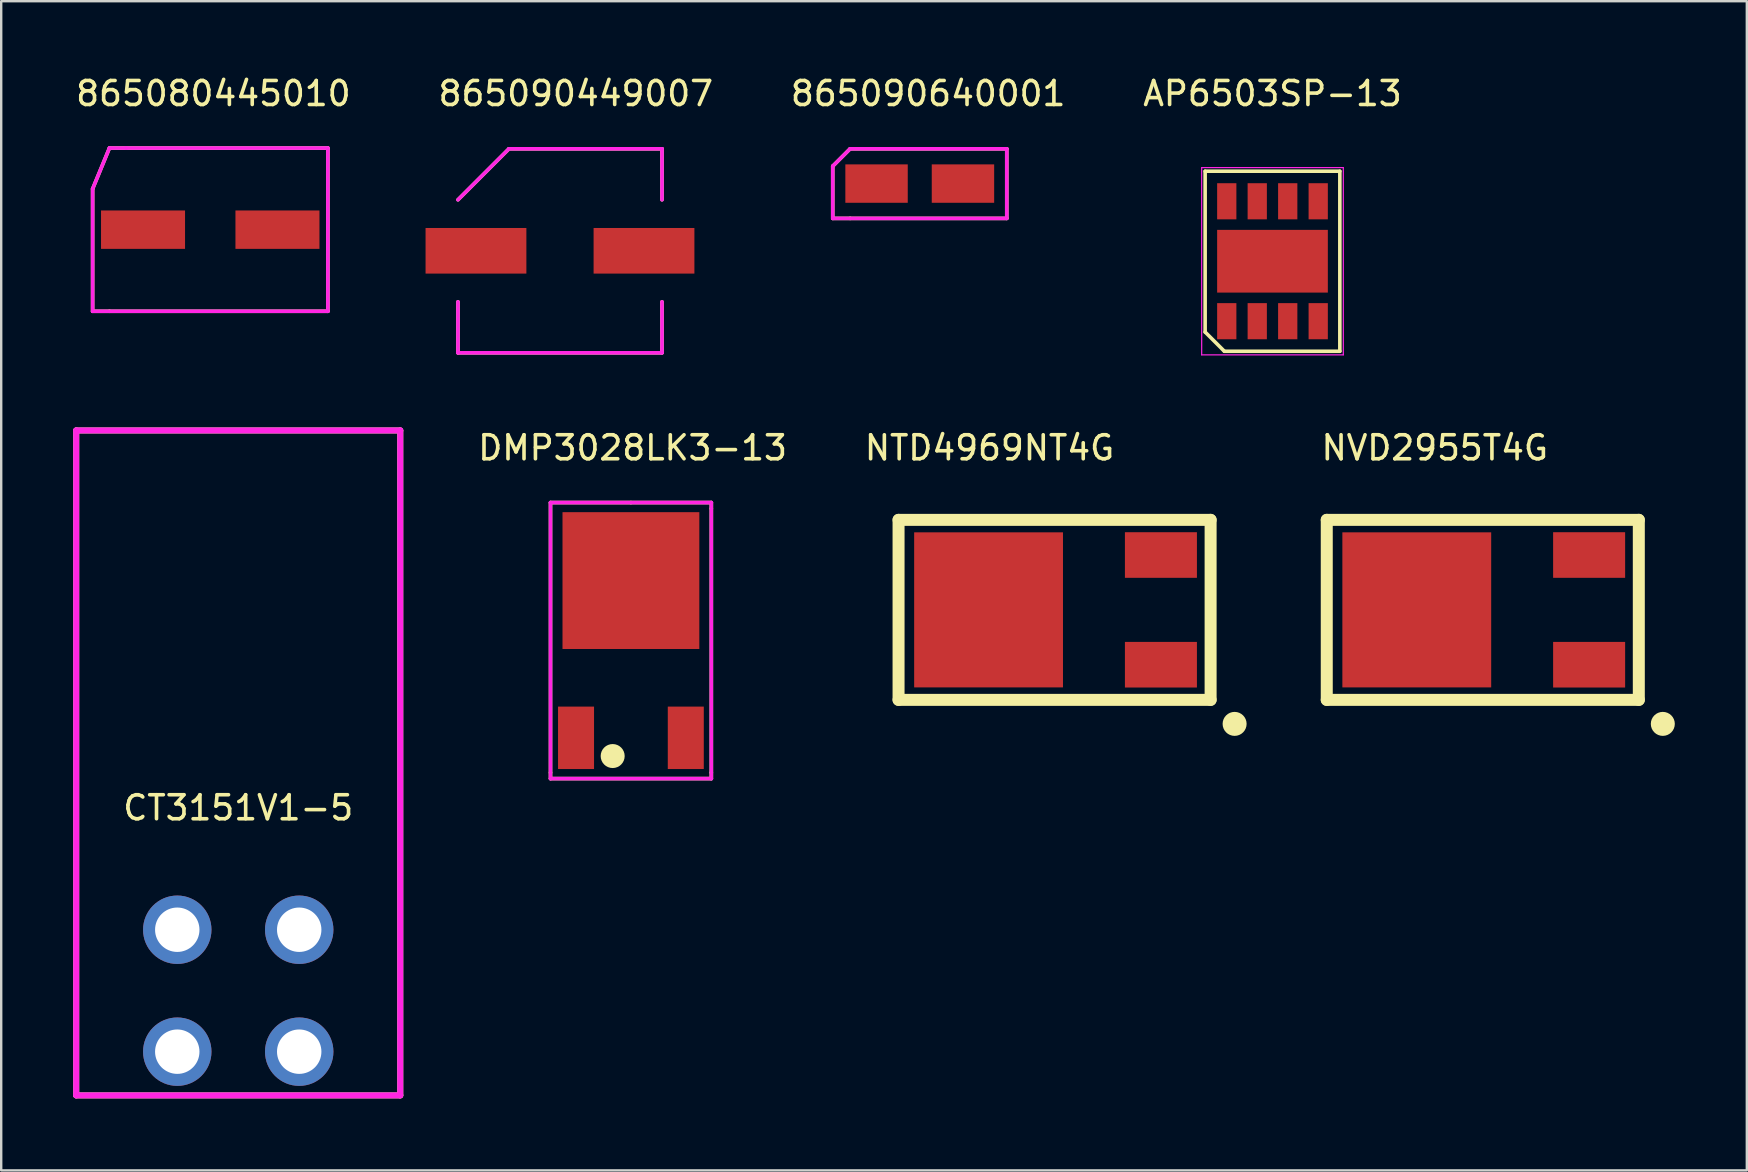
<source format=kicad_pcb>
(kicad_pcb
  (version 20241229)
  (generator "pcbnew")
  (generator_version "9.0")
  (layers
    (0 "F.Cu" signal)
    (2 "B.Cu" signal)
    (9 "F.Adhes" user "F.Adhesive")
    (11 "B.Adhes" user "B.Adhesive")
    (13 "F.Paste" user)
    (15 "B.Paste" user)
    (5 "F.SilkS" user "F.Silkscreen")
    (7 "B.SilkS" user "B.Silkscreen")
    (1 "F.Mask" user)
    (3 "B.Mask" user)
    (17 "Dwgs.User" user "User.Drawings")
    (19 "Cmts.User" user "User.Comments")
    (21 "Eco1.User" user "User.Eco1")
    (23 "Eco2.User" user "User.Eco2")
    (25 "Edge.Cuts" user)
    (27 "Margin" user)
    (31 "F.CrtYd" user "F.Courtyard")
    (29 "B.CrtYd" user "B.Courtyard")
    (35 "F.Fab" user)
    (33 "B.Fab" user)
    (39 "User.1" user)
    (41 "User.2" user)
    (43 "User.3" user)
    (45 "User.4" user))
  (footprint "NVD2955T4G"
    (layer "F.Cu")
    (at 55.973 22.357)
    (property "Reference" "NVD2955T4G" (at 0.75 -6.75 0) (layer "F.SilkS") (effects (font (size 1 1) (thickness 0.15))))
    (attr through_hole)
    (fp_line (start -3.75 -3.75) (end -3.75 3.75) (stroke (width 0.5) (type solid)) (layer "F.SilkS"))
    (fp_line (start -3.75 3.75) (end 9.25 3.75) (stroke (width 0.5) (type solid)) (layer "F.SilkS"))
    (fp_line (start 9.25 -3.75) (end -3.75 -3.75) (stroke (width 0.5) (type solid)) (layer "F.SilkS"))
    (fp_line (start 9.25 3.75) (end 9.25 -3.75) (stroke (width 0.5) (type solid)) (layer "F.SilkS"))
    (fp_circle (center 10.25 4.75) (end 10.5 4.75) (stroke (width 0.5) (type solid)) (fill no) (layer "F.SilkS"))
    (pad "1" smd rect (at 7.18 2.285) (size 3 1.9) (layers "F.Cu" "F.Mask" "F.Paste"))
    (pad "2" smd rect (at 0 0) (size 6.2 6.46) (layers "F.Cu" "F.Mask" "F.Paste"))
    (pad "3" smd rect (at 7.18 -2.285) (size 3 1.9) (layers "F.Cu" "F.Mask" "F.Paste")))
  (footprint "CT3151V1-5"
    (layer "F.Cu")
    (at 6.875 38.223)
    (property "Reference" "CT3151V1-5" (at 0 -7.62 0) (layer "F.SilkS") (effects (font (size 1 1) (thickness 0.15))))
    (attr through_hole)
    (fp_line (start -6.75 -23.34) (end 6.75 -23.34) (stroke (width 0.25) (type solid)) (layer "F.SilkS"))
    (fp_line (start -6.75 4.36) (end -6.75 -23.34) (stroke (width 0.25) (type solid)) (layer "F.SilkS"))
    (fp_line (start -6.75 4.36) (end 6.75 4.36) (stroke (width 0.25) (type solid)) (layer "F.SilkS"))
    (fp_line (start 6.75 -23.34) (end 6.75 4.36) (stroke (width 0.25) (type solid)) (layer "F.SilkS"))
    (fp_line (start -6.75 -23.34) (end 6.75 -23.34) (stroke (width 0.25) (type solid)) (layer "F.CrtYd"))
    (fp_line (start -6.75 4.36) (end -6.75 -23.34) (stroke (width 0.25) (type solid)) (layer "F.CrtYd"))
    (fp_line (start 6.75 -23.34) (end 6.75 4.36) (stroke (width 0.25) (type solid)) (layer "F.CrtYd"))
    (fp_line (start 6.75 4.36) (end -6.75 4.36) (stroke (width 0.25) (type solid)) (layer "F.CrtYd"))
    (pad "1" thru_hole circle (at -2.54 -2.54) (size 2.85 2.85) (drill 1.85) (layers "*.Cu" "*.Mask"))
    (pad "2" thru_hole circle (at -2.54 2.54) (size 2.85 2.85) (drill 1.85) (layers "*.Cu" "*.Mask"))
    (pad "3" thru_hole circle (at 2.54 2.54) (size 2.85 2.85) (drill 1.85) (layers "*.Cu" "*.Mask"))
    (pad "4" thru_hole circle (at 2.54 -2.54) (size 2.85 2.85) (drill 1.85) (layers "*.Cu" "*.Mask")))
  (footprint "DMP3028LK3-13"
    (layer "F.Cu")
    (at 23.234 21.137)
    (property "Reference" "DMP3028LK3-13" (at 0.07 -5.53 0) (layer "F.SilkS") (effects (font (size 1 1) (thickness 0.15))))
    (attr through_hole)
    (fp_line (start -3.35 -3.25) (end -3.35 8) (stroke (width 0.15) (type solid)) (layer "F.SilkS"))
    (fp_line (start -3.35 8.25) (end -3.35 8) (stroke (width 0.15) (type solid)) (layer "F.SilkS"))
    (fp_line (start -3.35 8.25) (end 3.35 8.25) (stroke (width 0.15) (type solid)) (layer "F.SilkS"))
    (fp_line (start 0 -3.25) (end -3.35 -3.25) (stroke (width 0.15) (type solid)) (layer "F.SilkS"))
    (fp_line (start 3.35 -3.25) (end 0 -3.25) (stroke (width 0.15) (type solid)) (layer "F.SilkS"))
    (fp_line (start 3.35 -3.25) (end 3.35 -3) (stroke (width 0.15) (type solid)) (layer "F.SilkS"))
    (fp_line (start 3.35 -3) (end 3.35 8) (stroke (width 0.15) (type solid)) (layer "F.SilkS"))
    (fp_line (start 3.35 8.25) (end 3.35 8) (stroke (width 0.15) (type solid)) (layer "F.SilkS"))
    (fp_circle (center -0.76 7.31) (end -0.51 7.31) (stroke (width 0.5) (type solid)) (fill no) (layer "F.SilkS"))
    (fp_line (start -3.35 -3.25) (end -3.35 8.25) (stroke (width 0.15) (type solid)) (layer "F.CrtYd"))
    (fp_line (start -3.35 8.25) (end 3.35 8.25) (stroke (width 0.15) (type solid)) (layer "F.CrtYd"))
    (fp_line (start 3.35 -3.25) (end -3.35 -3.25) (stroke (width 0.15) (type solid)) (layer "F.CrtYd"))
    (fp_line (start 3.35 8.25) (end 3.35 -3.25) (stroke (width 0.15) (type solid)) (layer "F.CrtYd"))
    (pad "1" smd rect (at -2.286 6.55) (size 1.5 2.6) (layers "F.Cu" "F.Mask" "F.Paste"))
    (pad "2" smd rect (at 0 0) (size 5.7 5.7) (layers "F.Cu" "F.Mask" "F.Paste"))
    (pad "3" smd rect (at 2.286 6.55) (size 1.5 2.6) (layers "F.Cu" "F.Mask" "F.Paste")))
  (footprint "865090640001"
    (layer "F.Cu")
    (at 35.267 4.598)
    (property "Reference" "865090640001" (at 0.35 -3.75 0) (layer "F.SilkS") (effects (font (size 1 1) (thickness 0.15))))
    (attr through_hole)
    (fp_line (start -3.625 -0.725) (end -3.625 1.45) (stroke (width 0.15) (type solid)) (layer "F.SilkS"))
    (fp_line (start -3.625 1.45) (end -2.9 1.45) (stroke (width 0.15) (type solid)) (layer "F.SilkS"))
    (fp_line (start -2.9 -1.45) (end -3.625 -0.725) (stroke (width 0.15) (type solid)) (layer "F.SilkS"))
    (fp_line (start 3.625 -1.45) (end -2.9 -1.45) (stroke (width 0.15) (type solid)) (layer "F.SilkS"))
    (fp_line (start 3.625 -1.45) (end 3.625 1.45) (stroke (width 0.15) (type solid)) (layer "F.SilkS"))
    (fp_line (start 3.625 1.45) (end -2.9 1.45) (stroke (width 0.15) (type solid)) (layer "F.SilkS"))
    (fp_line (start -3.625 -0.725) (end -3.625 1.45) (stroke (width 0.15) (type solid)) (layer "F.CrtYd"))
    (fp_line (start -3.625 1.45) (end 3.625 1.45) (stroke (width 0.15) (type solid)) (layer "F.CrtYd"))
    (fp_line (start -2.9 -1.45) (end -3.625 -0.725) (stroke (width 0.15) (type solid)) (layer "F.CrtYd"))
    (fp_line (start 3.625 -1.45) (end -2.9 -1.45) (stroke (width 0.15) (type solid)) (layer "F.CrtYd"))
    (fp_line (start 3.625 1.45) (end 3.625 -1.45) (stroke (width 0.15) (type solid)) (layer "F.CrtYd"))
    (pad "1" smd rect (at -1.8 0) (size 2.6 1.6) (layers "F.Cu" "F.Mask" "F.Paste"))
    (pad "2" smd rect (at 1.8 0) (size 2.6 1.6) (layers "F.Cu" "F.Mask" "F.Paste")))
  (footprint "NTD4969NT4G"
    (layer "F.Cu")
    (at 38.134 22.357)
    (property "Reference" "NTD4969NT4G" (at 0.039 -6.75 0) (layer "F.SilkS") (effects (font (size 1 1) (thickness 0.15))))
    (attr through_hole)
    (fp_line (start -3.75 -3.75) (end -3.75 3.75) (stroke (width 0.5) (type solid)) (layer "F.SilkS"))
    (fp_line (start -3.75 3.75) (end 9.25 3.75) (stroke (width 0.5) (type solid)) (layer "F.SilkS"))
    (fp_line (start 9.25 -3.75) (end -3.75 -3.75) (stroke (width 0.5) (type solid)) (layer "F.SilkS"))
    (fp_line (start 9.25 3.75) (end 9.25 -3.75) (stroke (width 0.5) (type solid)) (layer "F.SilkS"))
    (fp_circle (center 10.25 4.75) (end 10.5 4.75) (stroke (width 0.5) (type solid)) (fill no) (layer "F.SilkS"))
    (pad "1" smd rect (at 7.18 2.285) (size 3 1.9) (layers "F.Cu" "F.Mask" "F.Paste"))
    (pad "2" smd rect (at 0 0) (size 6.2 6.46) (layers "F.Cu" "F.Mask" "F.Paste"))
    (pad "3" smd rect (at 7.18 -2.285) (size 3 1.9) (layers "F.Cu" "F.Mask" "F.Paste")))
  (footprint "AP6503SP-13"
    (layer "F.Cu")
    (at 49.962 7.833)
    (property "Reference" "AP6503SP-13" (at 0 -6.985 180) (layer "F.SilkS") (effects (font (size 1 1) (thickness 0.15))))
    (attr smd)
    (fp_line (start -2.806 -3.75) (end 2.806 -3.75) (stroke (width 0.15) (type solid)) (layer "F.SilkS"))
    (fp_line (start -2.806 2.95) (end -2.806 -3.75) (stroke (width 0.15) (type solid)) (layer "F.SilkS"))
    (fp_line (start -2.006 3.75) (end -2.806 2.95) (stroke (width 0.15) (type solid)) (layer "F.SilkS"))
    (fp_line (start 2.806 -3.75) (end 2.806 3.75) (stroke (width 0.15) (type solid)) (layer "F.SilkS"))
    (fp_line (start 2.806 3.75) (end -2.006 3.75) (stroke (width 0.15) (type solid)) (layer "F.SilkS"))
    (fp_line (start -2.95 -3.9) (end 2.95 -3.9) (stroke (width 0.05) (type solid)) (layer "F.CrtYd"))
    (fp_line (start -2.95 3.9) (end -2.95 -3.9) (stroke (width 0.05) (type solid)) (layer "F.CrtYd"))
    (fp_line (start 2.95 -3.9) (end 2.95 3.9) (stroke (width 0.05) (type solid)) (layer "F.CrtYd"))
    (fp_line (start 2.95 3.9) (end -2.95 3.9) (stroke (width 0.05) (type solid)) (layer "F.CrtYd"))
    (pad "1" smd rect (at -1.905 2.498) (size 0.802 1.505) (layers "F.Cu" "F.Mask" "F.Paste"))
    (pad "2" smd rect (at -0.635 2.498) (size 0.802 1.505) (layers "F.Cu" "F.Mask" "F.Paste"))
    (pad "3" smd rect (at 0.635 2.498) (size 0.802 1.505) (layers "F.Cu" "F.Mask" "F.Paste"))
    (pad "4" smd rect (at 1.905 2.498) (size 0.802 1.505) (layers "F.Cu" "F.Mask" "F.Paste"))
    (pad "5" smd rect (at 1.905 -2.498) (size 0.802 1.505) (layers "F.Cu" "F.Mask" "F.Paste"))
    (pad "6" smd rect (at 0.635 -2.498) (size 0.802 1.505) (layers "F.Cu" "F.Mask" "F.Paste"))
    (pad "7" smd rect (at -0.635 -2.498) (size 0.802 1.505) (layers "F.Cu" "F.Mask" "F.Paste"))
    (pad "8" smd rect (at -1.905 -2.498) (size 0.802 1.505) (layers "F.Cu" "F.Mask" "F.Paste"))
    (pad "9" smd rect (at 0 0) (size 4.612 2.613) (layers "F.Cu" "F.Mask" "F.Paste")))
  (footprint "865090449007"
    (layer "F.Cu")
    (at 20.279 7.398)
    (property "Reference" "865090449007" (at 0.66 -6.55 0) (layer "F.SilkS") (effects (font (size 1 1) (thickness 0.15))))
    (attr through_hole)
    (fp_line (start -4.25 -2.125) (end -2.125 -4.25) (stroke (width 0.15) (type solid)) (layer "F.SilkS"))
    (fp_line (start -4.25 4.25) (end -4.25 2.125) (stroke (width 0.15) (type solid)) (layer "F.SilkS"))
    (fp_line (start 4.25 -4.25) (end -2.125 -4.25) (stroke (width 0.15) (type solid)) (layer "F.SilkS"))
    (fp_line (start 4.25 -2.125) (end 4.25 -4.25) (stroke (width 0.15) (type solid)) (layer "F.SilkS"))
    (fp_line (start 4.25 2.125) (end 4.25 4.25) (stroke (width 0.15) (type solid)) (layer "F.SilkS"))
    (fp_line (start 4.25 4.25) (end -4.25 4.25) (stroke (width 0.15) (type solid)) (layer "F.SilkS"))
    (fp_line (start -4.25 -2.125) (end -2.125 -4.25) (stroke (width 0.15) (type solid)) (layer "F.CrtYd"))
    (fp_line (start -4.25 4.25) (end -4.25 2.125) (stroke (width 0.15) (type solid)) (layer "F.CrtYd"))
    (fp_line (start -2.125 -4.25) (end 4.25 -4.25) (stroke (width 0.15) (type solid)) (layer "F.CrtYd"))
    (fp_line (start 4.25 -4.25) (end 4.25 -2.125) (stroke (width 0.15) (type solid)) (layer "F.CrtYd"))
    (fp_line (start 4.25 2.125) (end 4.25 4.25) (stroke (width 0.15) (type solid)) (layer "F.CrtYd"))
    (fp_line (start 4.25 4.25) (end -4.25 4.25) (stroke (width 0.15) (type solid)) (layer "F.CrtYd"))
    (pad "1" smd rect (at -3.5 0) (size 4.2 1.9) (layers "F.Cu" "F.Mask" "F.Paste"))
    (pad "2" smd rect (at 3.5 0) (size 4.2 1.9) (layers "F.Cu" "F.Mask" "F.Paste")))
  (footprint "865080445010"
    (layer "F.Cu")
    (at 5.709 6.518)
    (property "Reference" "865080445010" (at 0.13 -5.67 0) (layer "F.SilkS") (effects (font (size 1 1) (thickness 0.15))))
    (attr through_hole)
    (fp_line (start -4.9 -1.7) (end -4.9 3.4) (stroke (width 0.15) (type solid)) (layer "F.SilkS"))
    (fp_line (start -4.9 -1.7) (end -4.2 -3.4) (stroke (width 0.15) (type solid)) (layer "F.SilkS"))
    (fp_line (start -4.9 3.4) (end -4.2 3.4) (stroke (width 0.15) (type solid)) (layer "F.SilkS"))
    (fp_line (start -4.2 3.4) (end 4.9 3.4) (stroke (width 0.15) (type solid)) (layer "F.SilkS"))
    (fp_line (start 4.9 -3.4) (end -4.2 -3.4) (stroke (width 0.15) (type solid)) (layer "F.SilkS"))
    (fp_line (start 4.9 -3.4) (end 4.9 3.4) (stroke (width 0.15) (type solid)) (layer "F.SilkS"))
    (fp_line (start -4.9 -1.7) (end -4.9 3.4) (stroke (width 0.15) (type solid)) (layer "F.CrtYd"))
    (fp_line (start -4.9 3.4) (end 4.9 3.4) (stroke (width 0.15) (type solid)) (layer "F.CrtYd"))
    (fp_line (start -4.2 -3.4) (end -4.9 -1.7) (stroke (width 0.15) (type solid)) (layer "F.CrtYd"))
    (fp_line (start -3.5 -3.4) (end -4.2 -3.4) (stroke (width 0.15) (type solid)) (layer "F.CrtYd"))
    (fp_line (start 4.9 -3.4) (end -3.5 -3.4) (stroke (width 0.15) (type solid)) (layer "F.CrtYd"))
    (fp_line (start 4.9 3.4) (end 4.9 -3.4) (stroke (width 0.15) (type solid)) (layer "F.CrtYd"))
    (pad "1" smd rect (at -2.8 0) (size 3.5 1.6) (layers "F.Cu" "F.Mask" "F.Paste"))
    (pad "2" smd rect (at 2.8 0) (size 3.5 1.6) (layers "F.Cu" "F.Mask" "F.Paste")))
  (gr_rect
    (start -3 -3)
    (end 69.723 45.708)
    (stroke (width 0.1) (type default))
    (fill no)
    (layer "Edge.Cuts")))
</source>
